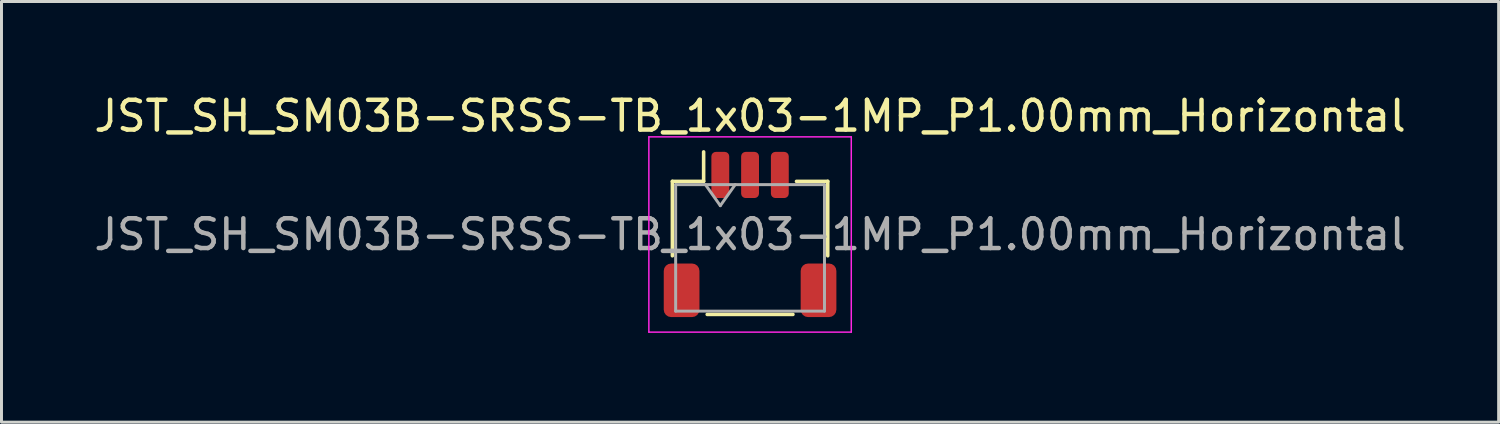
<source format=kicad_pcb>
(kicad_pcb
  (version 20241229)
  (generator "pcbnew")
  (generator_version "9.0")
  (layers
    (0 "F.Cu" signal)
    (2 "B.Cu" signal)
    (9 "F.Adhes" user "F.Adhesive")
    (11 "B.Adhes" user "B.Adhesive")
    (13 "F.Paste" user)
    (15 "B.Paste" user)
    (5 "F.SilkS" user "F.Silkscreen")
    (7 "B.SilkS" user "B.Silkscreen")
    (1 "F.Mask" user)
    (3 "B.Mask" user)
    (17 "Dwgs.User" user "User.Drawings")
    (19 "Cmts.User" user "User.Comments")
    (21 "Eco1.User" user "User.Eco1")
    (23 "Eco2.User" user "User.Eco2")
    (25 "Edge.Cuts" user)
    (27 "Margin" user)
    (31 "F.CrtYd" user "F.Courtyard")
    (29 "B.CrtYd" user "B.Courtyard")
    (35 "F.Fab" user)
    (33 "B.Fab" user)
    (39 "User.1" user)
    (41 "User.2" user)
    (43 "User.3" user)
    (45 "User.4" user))
  (footprint "JST_SH_SM03B-SRSS-TB_1x03-1MP_P1.00mm_Horizontal"
    (layer "F.Cu")
    (at 22.149 4.828)
    (property "Reference" "JST_SH_SM03B-SRSS-TB_1x03-1MP_P1.00mm_Horizontal" (at 0 -3.98 0) (layer "F.SilkS") (effects (font (size 1 1) (thickness 0.15))))
    (attr smd)
    (fp_line (start -2.61 -1.785) (end -1.56 -1.785) (stroke (width 0.12) (type solid)) (layer "F.SilkS"))
    (fp_line (start -2.61 0.715) (end -2.61 -1.785) (stroke (width 0.12) (type solid)) (layer "F.SilkS"))
    (fp_line (start -1.56 -1.785) (end -1.56 -2.775) (stroke (width 0.12) (type solid)) (layer "F.SilkS"))
    (fp_line (start -1.44 2.685) (end 1.44 2.685) (stroke (width 0.12) (type solid)) (layer "F.SilkS"))
    (fp_line (start 2.61 -1.785) (end 1.56 -1.785) (stroke (width 0.12) (type solid)) (layer "F.SilkS"))
    (fp_line (start 2.61 0.715) (end 2.61 -1.785) (stroke (width 0.12) (type solid)) (layer "F.SilkS"))
    (fp_line (start -3.4 -3.28) (end -3.4 3.28) (stroke (width 0.05) (type solid)) (layer "F.CrtYd"))
    (fp_line (start -3.4 3.28) (end 3.4 3.28) (stroke (width 0.05) (type solid)) (layer "F.CrtYd"))
    (fp_line (start 3.4 -3.28) (end -3.4 -3.28) (stroke (width 0.05) (type solid)) (layer "F.CrtYd"))
    (fp_line (start 3.4 3.28) (end 3.4 -3.28) (stroke (width 0.05) (type solid)) (layer "F.CrtYd"))
    (fp_line (start -2.5 -1.675) (end -2.5 2.575) (stroke (width 0.1) (type solid)) (layer "F.Fab"))
    (fp_line (start -2.5 -1.675) (end 2.5 -1.675) (stroke (width 0.1) (type solid)) (layer "F.Fab"))
    (fp_line (start -2.5 2.575) (end 2.5 2.575) (stroke (width 0.1) (type solid)) (layer "F.Fab"))
    (fp_line (start -1.5 -1.675) (end -1 -0.968) (stroke (width 0.1) (type solid)) (layer "F.Fab"))
    (fp_line (start -1 -0.968) (end -0.5 -1.675) (stroke (width 0.1) (type solid)) (layer "F.Fab"))
    (fp_line (start 2.5 -1.675) (end 2.5 2.575) (stroke (width 0.1) (type solid)) (layer "F.Fab"))
    (fp_text user "${REFERENCE}" (at 0 0 0) (layer "F.Fab") (effects (font (size 1 1) (thickness 0.15))))
    (pad "1" smd roundrect (at -1 -2) (size 0.6 1.55) (layers "F.Cu" "F.Mask" "F.Paste") (roundrect_rratio 0.25))
    (pad "2" smd roundrect (at 0 -2) (size 0.6 1.55) (layers "F.Cu" "F.Mask" "F.Paste") (roundrect_rratio 0.25))
    (pad "3" smd roundrect (at 1 -2) (size 0.6 1.55) (layers "F.Cu" "F.Mask" "F.Paste") (roundrect_rratio 0.25))
    (pad "MP" smd roundrect (at -2.3 1.875) (size 1.2 1.8) (layers "F.Cu" "F.Mask" "F.Paste") (roundrect_rratio 0.208))
    (pad "MP" smd roundrect (at 2.3 1.875) (size 1.2 1.8) (layers "F.Cu" "F.Mask" "F.Paste") (roundrect_rratio 0.208)))
  (gr_rect
    (start -3 -3)
    (end 47.298 11.133)
    (stroke (width 0.1) (type default))
    (fill no)
    (layer "Edge.Cuts")))
</source>
